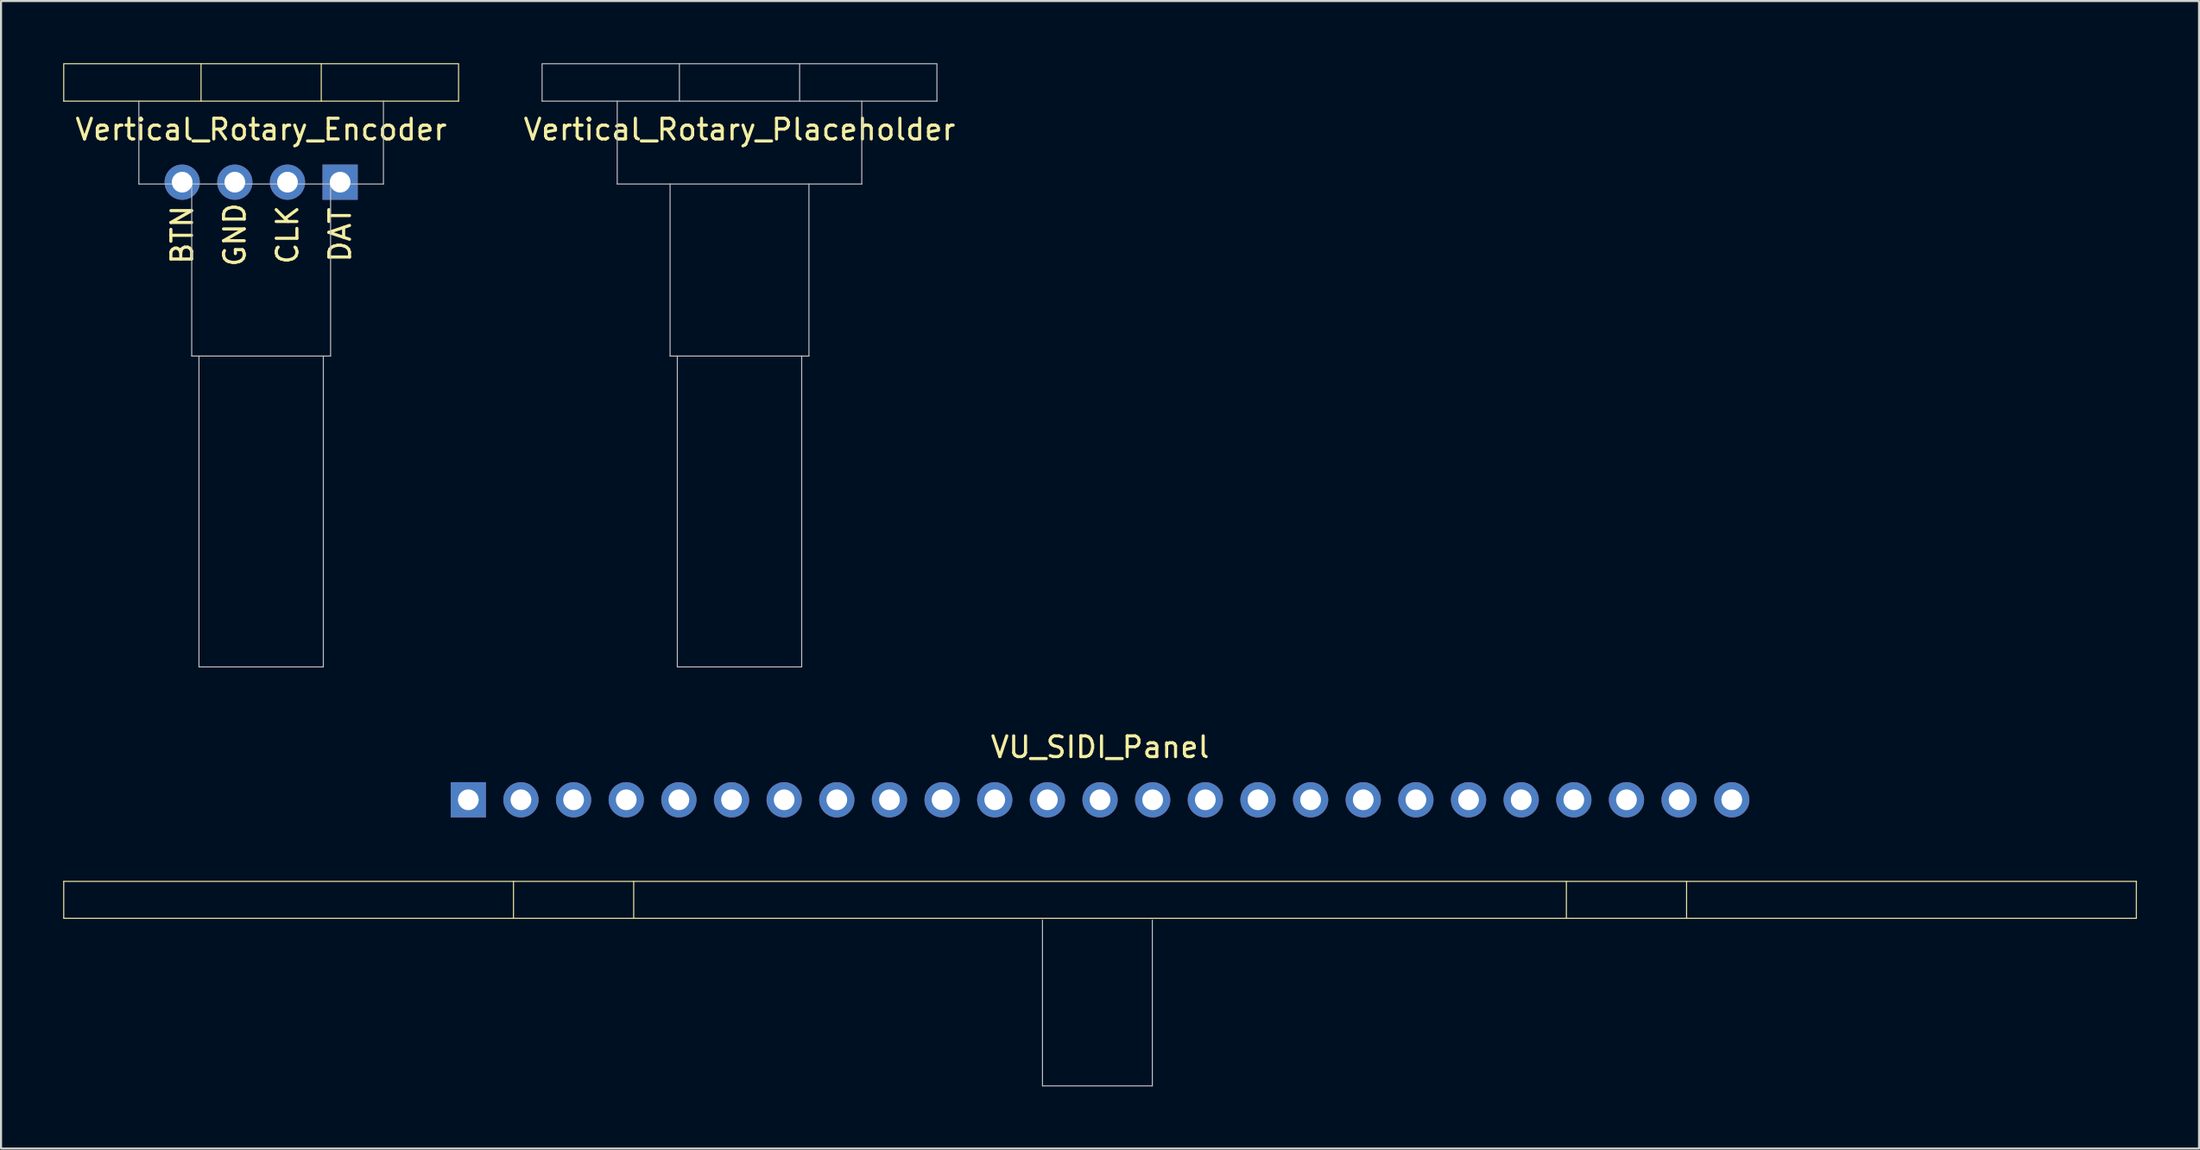
<source format=kicad_pcb>
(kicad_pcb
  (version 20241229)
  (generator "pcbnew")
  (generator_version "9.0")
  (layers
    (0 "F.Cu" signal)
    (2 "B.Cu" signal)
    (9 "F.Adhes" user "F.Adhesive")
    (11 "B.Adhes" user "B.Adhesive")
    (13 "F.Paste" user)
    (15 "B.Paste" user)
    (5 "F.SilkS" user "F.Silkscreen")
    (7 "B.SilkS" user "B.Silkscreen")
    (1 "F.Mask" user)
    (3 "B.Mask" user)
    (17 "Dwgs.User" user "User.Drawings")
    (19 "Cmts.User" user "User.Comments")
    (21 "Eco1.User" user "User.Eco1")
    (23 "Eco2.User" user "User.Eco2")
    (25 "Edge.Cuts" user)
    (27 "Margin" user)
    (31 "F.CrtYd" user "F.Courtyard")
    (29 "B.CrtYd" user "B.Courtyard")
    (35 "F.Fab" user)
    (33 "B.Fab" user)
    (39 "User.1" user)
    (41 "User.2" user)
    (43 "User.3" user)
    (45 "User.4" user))
  (footprint "Vertical_Rotary_Placeholder"
    (layer "F.Cu")
    (at 32.63 5.74)
    (property "Reference" "Vertical_Rotary_Placeholder" (at 0 -2.54 180) (layer "F.SilkS") (effects (font (size 1 1) (thickness 0.15))))
    (attr through_hole)
    (fp_line (start -9.525 -5.715) (end 9.525 -5.715) (stroke (width 0.05) (type solid)) (layer "Dwgs.User"))
    (fp_line (start -9.525 -5.689) (end -9.525 -3.911) (stroke (width 0.05) (type solid)) (layer "Dwgs.User"))
    (fp_line (start -9.525 -3.911) (end 9.525 -3.911) (stroke (width 0.05) (type solid)) (layer "Dwgs.User"))
    (fp_line (start -5.9 0.089) (end -5.9 -3.911) (stroke (width 0.05) (type solid)) (layer "Dwgs.User"))
    (fp_line (start -5.9 0.089) (end 5.9 0.089) (stroke (width 0.05) (type solid)) (layer "Dwgs.User"))
    (fp_line (start -3.35 8.389) (end -3.35 0.089) (stroke (width 0.05) (type solid)) (layer "Dwgs.User"))
    (fp_line (start -3.35 8.389) (end 3.35 8.389) (stroke (width 0.05) (type solid)) (layer "Dwgs.User"))
    (fp_line (start -3 23.389) (end -3 8.389) (stroke (width 0.05) (type solid)) (layer "Dwgs.User"))
    (fp_line (start -3 23.389) (end 3 23.389) (stroke (width 0.05) (type solid)) (layer "Dwgs.User"))
    (fp_line (start -2.9 -5.715) (end -2.9 -3.911) (stroke (width 0.05) (type solid)) (layer "Dwgs.User"))
    (fp_line (start 2.9 -5.715) (end 2.9 -3.911) (stroke (width 0.05) (type solid)) (layer "Dwgs.User"))
    (fp_line (start 3 23.389) (end 3 8.389) (stroke (width 0.05) (type solid)) (layer "Dwgs.User"))
    (fp_line (start 3.35 8.389) (end 3.35 0.089) (stroke (width 0.05) (type solid)) (layer "Dwgs.User"))
    (fp_line (start 5.9 0.089) (end 5.9 -3.911) (stroke (width 0.05) (type solid)) (layer "Dwgs.User"))
    (fp_line (start 9.525 -5.689) (end 9.525 -3.911) (stroke (width 0.05) (type solid)) (layer "Dwgs.User")))
  (footprint "Vertical_Rotary_Encoder"
    (layer "F.Cu")
    (at 9.55 5.74)
    (property "Reference" "Vertical_Rotary_Encoder" (at 0 -2.54 180) (layer "F.SilkS") (effects (font (size 1 1) (thickness 0.15))))
    (attr through_hole)
    (fp_line (start -9.525 -5.715) (end 9.525 -5.715) (stroke (width 0.05) (type solid)) (layer "F.SilkS"))
    (fp_line (start -9.525 -5.689) (end -9.525 -3.911) (stroke (width 0.05) (type solid)) (layer "F.SilkS"))
    (fp_line (start -9.525 -3.911) (end 9.525 -3.911) (stroke (width 0.05) (type solid)) (layer "F.SilkS"))
    (fp_line (start -2.9 -5.715) (end -2.9 -3.911) (stroke (width 0.05) (type solid)) (layer "F.SilkS"))
    (fp_line (start 2.9 -5.715) (end 2.9 -3.911) (stroke (width 0.05) (type solid)) (layer "F.SilkS"))
    (fp_line (start 9.525 -5.689) (end 9.525 -3.911) (stroke (width 0.05) (type solid)) (layer "F.SilkS"))
    (fp_line (start -5.9 0.089) (end -5.9 -3.911) (stroke (width 0.05) (type solid)) (layer "Dwgs.User"))
    (fp_line (start -5.9 0.089) (end 5.9 0.089) (stroke (width 0.05) (type solid)) (layer "Dwgs.User"))
    (fp_line (start -3.35 8.389) (end -3.35 0.089) (stroke (width 0.05) (type solid)) (layer "Dwgs.User"))
    (fp_line (start -3.35 8.389) (end 3.35 8.389) (stroke (width 0.05) (type solid)) (layer "Dwgs.User"))
    (fp_line (start -3 23.389) (end -3 8.389) (stroke (width 0.05) (type solid)) (layer "Dwgs.User"))
    (fp_line (start -3 23.389) (end 3 23.389) (stroke (width 0.05) (type solid)) (layer "Dwgs.User"))
    (fp_line (start 3 23.389) (end 3 8.389) (stroke (width 0.05) (type solid)) (layer "Dwgs.User"))
    (fp_line (start 3.35 8.389) (end 3.35 0.089) (stroke (width 0.05) (type solid)) (layer "Dwgs.User"))
    (fp_line (start 5.9 0.089) (end 5.9 -3.911) (stroke (width 0.05) (type solid)) (layer "Dwgs.User"))
    (fp_text user "BTN" (at -3.81 2.54 90) (layer "F.SilkS") (effects (font (size 1 1) (thickness 0.15))))
    (fp_text user "DAT" (at 3.81 2.54 90) (layer "F.SilkS") (effects (font (size 1 1) (thickness 0.15))))
    (fp_text user "GND" (at -1.27 2.54 90) (layer "F.SilkS") (effects (font (size 1 1) (thickness 0.15))))
    (fp_text user "CLK" (at 1.27 2.54 90) (layer "F.SilkS") (effects (font (size 1 1) (thickness 0.15))))
    (pad "1" thru_hole rect (at 3.81 0) (size 1.7 1.7) (drill 1) (layers "*.Cu" "*.Mask"))
    (pad "2" thru_hole oval (at 1.27 0) (size 1.7 1.7) (drill 1) (layers "*.Cu" "*.Mask"))
    (pad "3" thru_hole oval (at -1.27 0) (size 1.7 1.7) (drill 1) (layers "*.Cu" "*.Mask"))
    (pad "4" thru_hole oval (at -3.81 0) (size 1.7 1.7) (drill 1) (layers "*.Cu" "*.Mask")))
  (footprint "VU_SIDI_Panel"
    (layer "F.Cu")
    (at 50.025 35.542)
    (property "Reference" "VU_SIDI_Panel" (at 0 -2.54 180) (layer "F.SilkS") (effects (font (size 1 1) (thickness 0.15))))
    (attr through_hole)
    (fp_line (start -50 3.937) (end -50 5.715) (stroke (width 0.05) (type solid)) (layer "F.SilkS"))
    (fp_line (start -50 3.937) (end 50 3.937) (stroke (width 0.05) (type solid)) (layer "F.SilkS"))
    (fp_line (start -50 5.715) (end 50 5.715) (stroke (width 0.05) (type solid)) (layer "F.SilkS"))
    (fp_line (start -28.3 3.937) (end -28.3 5.715) (stroke (width 0.05) (type solid)) (layer "F.SilkS"))
    (fp_line (start -22.5 3.937) (end -22.5 5.715) (stroke (width 0.05) (type solid)) (layer "F.SilkS"))
    (fp_line (start 22.5 5.715) (end 22.5 3.937) (stroke (width 0.05) (type solid)) (layer "F.SilkS"))
    (fp_line (start 28.3 5.715) (end 28.3 3.937) (stroke (width 0.05) (type solid)) (layer "F.SilkS"))
    (fp_line (start 50 3.937) (end 50 5.715) (stroke (width 0.05) (type solid)) (layer "F.SilkS"))
    (fp_line (start -2.777 13.804) (end -2.777 5.804) (stroke (width 0.05) (type solid)) (layer "Dwgs.User"))
    (fp_line (start -2.777 13.804) (end 2.523 13.804) (stroke (width 0.05) (type solid)) (layer "Dwgs.User"))
    (fp_line (start 2.523 13.804) (end 2.523 5.804) (stroke (width 0.05) (type solid)) (layer "Dwgs.User"))
    (pad "1" thru_hole rect (at -30.48 0) (size 1.7 1.7) (drill 1) (layers "*.Cu" "*.Mask"))
    (pad "2" thru_hole oval (at -27.94 0) (size 1.7 1.7) (drill 1) (layers "*.Cu" "*.Mask"))
    (pad "3" thru_hole oval (at -25.4 0) (size 1.7 1.7) (drill 1) (layers "*.Cu" "*.Mask"))
    (pad "4" thru_hole oval (at -22.86 0) (size 1.7 1.7) (drill 1) (layers "*.Cu" "*.Mask"))
    (pad "5" thru_hole oval (at -20.32 0) (size 1.7 1.7) (drill 1) (layers "*.Cu" "*.Mask"))
    (pad "6" thru_hole oval (at -17.78 0) (size 1.7 1.7) (drill 1) (layers "*.Cu" "*.Mask"))
    (pad "7" thru_hole oval (at -15.24 0) (size 1.7 1.7) (drill 1) (layers "*.Cu" "*.Mask"))
    (pad "8" thru_hole oval (at -12.7 0) (size 1.7 1.7) (drill 1) (layers "*.Cu" "*.Mask"))
    (pad "9" thru_hole oval (at -10.16 0) (size 1.7 1.7) (drill 1) (layers "*.Cu" "*.Mask"))
    (pad "10" thru_hole oval (at -7.62 0) (size 1.7 1.7) (drill 1) (layers "*.Cu" "*.Mask"))
    (pad "11" thru_hole oval (at -5.08 0) (size 1.7 1.7) (drill 1) (layers "*.Cu" "*.Mask"))
    (pad "12" thru_hole oval (at -2.54 0) (size 1.7 1.7) (drill 1) (layers "*.Cu" "*.Mask"))
    (pad "13" thru_hole oval (at 0 0) (size 1.7 1.7) (drill 1) (layers "*.Cu" "*.Mask"))
    (pad "14" thru_hole oval (at 2.54 0) (size 1.7 1.7) (drill 1) (layers "*.Cu" "*.Mask"))
    (pad "15" thru_hole oval (at 5.08 0) (size 1.7 1.7) (drill 1) (layers "*.Cu" "*.Mask"))
    (pad "16" thru_hole oval (at 7.62 0) (size 1.7 1.7) (drill 1) (layers "*.Cu" "*.Mask"))
    (pad "17" thru_hole oval (at 10.16 0) (size 1.7 1.7) (drill 1) (layers "*.Cu" "*.Mask"))
    (pad "18" thru_hole oval (at 12.7 0) (size 1.7 1.7) (drill 1) (layers "*.Cu" "*.Mask"))
    (pad "19" thru_hole oval (at 15.24 0) (size 1.7 1.7) (drill 1) (layers "*.Cu" "*.Mask"))
    (pad "20" thru_hole oval (at 17.78 0) (size 1.7 1.7) (drill 1) (layers "*.Cu" "*.Mask"))
    (pad "21" thru_hole oval (at 20.32 0) (size 1.7 1.7) (drill 1) (layers "*.Cu" "*.Mask"))
    (pad "22" thru_hole oval (at 22.86 0) (size 1.7 1.7) (drill 1) (layers "*.Cu" "*.Mask"))
    (pad "23" thru_hole oval (at 25.4 0) (size 1.7 1.7) (drill 1) (layers "*.Cu" "*.Mask"))
    (pad "24" thru_hole oval (at 27.94 0) (size 1.7 1.7) (drill 1) (layers "*.Cu" "*.Mask"))
    (pad "25" thru_hole oval (at 30.48 0) (size 1.7 1.7) (drill 1) (layers "*.Cu" "*.Mask")))
  (gr_rect
    (start -3 -3)
    (end 103.05 52.371)
    (stroke (width 0.1) (type default))
    (fill no)
    (layer "Edge.Cuts")))
</source>
